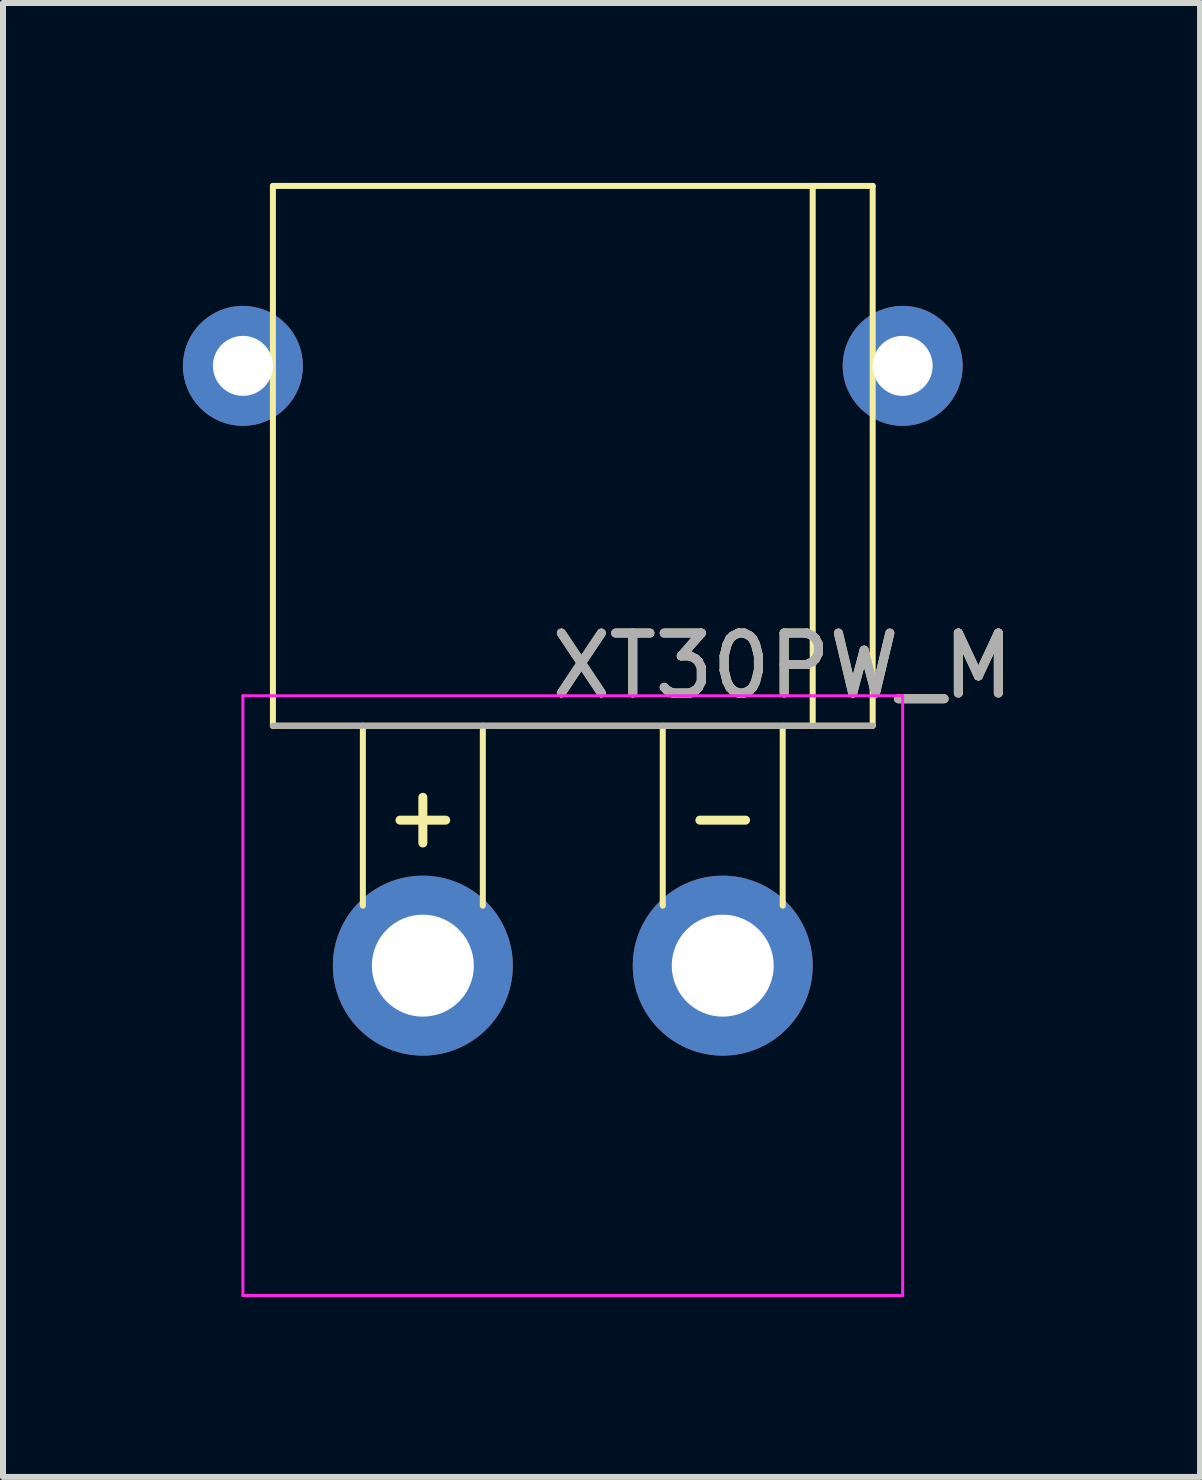
<source format=kicad_pcb>
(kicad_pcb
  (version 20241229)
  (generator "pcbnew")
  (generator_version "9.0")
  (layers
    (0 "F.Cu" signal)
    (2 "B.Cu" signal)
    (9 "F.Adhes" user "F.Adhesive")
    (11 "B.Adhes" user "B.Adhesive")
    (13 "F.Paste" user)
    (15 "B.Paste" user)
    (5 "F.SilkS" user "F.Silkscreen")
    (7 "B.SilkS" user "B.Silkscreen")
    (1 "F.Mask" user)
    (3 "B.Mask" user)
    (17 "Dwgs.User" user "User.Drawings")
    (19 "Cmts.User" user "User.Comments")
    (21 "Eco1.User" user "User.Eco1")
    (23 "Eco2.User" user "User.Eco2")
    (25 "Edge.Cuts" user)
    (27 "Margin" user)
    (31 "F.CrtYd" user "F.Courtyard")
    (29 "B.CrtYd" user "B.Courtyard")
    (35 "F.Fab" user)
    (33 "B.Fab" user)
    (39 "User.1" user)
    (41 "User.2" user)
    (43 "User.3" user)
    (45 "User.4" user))
  (footprint "XT30PW_M"
    (layer "F.Cu")
    (at 6.5 13.05)
    (property "Reference" "XT30PW_M" (at 3.5 -5 0) (layer "F.SilkS") (effects (font (size 1 1) (thickness 0.15))))
    (attr through_hole)
    (fp_line (start -5 -13) (end 5 -13) (stroke (width 0.1) (type solid)) (layer "F.SilkS"))
    (fp_line (start -5 -4) (end -5 -13) (stroke (width 0.1) (type solid)) (layer "F.SilkS"))
    (fp_line (start -5 -4) (end 5 -4) (stroke (width 0.1) (type solid)) (layer "F.SilkS"))
    (fp_line (start -3.5 -4) (end -3.5 -1) (stroke (width 0.1) (type solid)) (layer "F.SilkS"))
    (fp_line (start -1.5 -1) (end -1.5 -4) (stroke (width 0.1) (type solid)) (layer "F.SilkS"))
    (fp_line (start 1.5 -4) (end 1.5 -1) (stroke (width 0.1) (type solid)) (layer "F.SilkS"))
    (fp_line (start 3.5 -1) (end 3.5 -4) (stroke (width 0.1) (type solid)) (layer "F.SilkS"))
    (fp_line (start 4 -13) (end 4 -4) (stroke (width 0.1) (type solid)) (layer "F.SilkS"))
    (fp_line (start 5 -13) (end 5 -4) (stroke (width 0.1) (type solid)) (layer "F.SilkS"))
    (fp_line (start -5.5 -4.5) (end -5.5 5.5) (stroke (width 0.05) (type solid)) (layer "F.CrtYd"))
    (fp_line (start -5.5 5.5) (end 5.5 5.5) (stroke (width 0.05) (type solid)) (layer "F.CrtYd"))
    (fp_line (start 5.5 -4.5) (end -5.5 -4.5) (stroke (width 0.05) (type solid)) (layer "F.CrtYd"))
    (fp_line (start 5.5 5.5) (end 5.5 -4.5) (stroke (width 0.05) (type solid)) (layer "F.CrtYd"))
    (fp_line (start -5 -4) (end 5 -4) (stroke (width 0.1) (type solid)) (layer "F.Fab"))
    (fp_text user "+" (at -2.5 -2.5 0) (layer "F.SilkS") (effects (font (size 1 1) (thickness 0.15))))
    (fp_text user "-" (at 2.5 -2.5 0) (layer "F.SilkS") (effects (font (size 1 1) (thickness 0.15))))
    (fp_text user "${REFERENCE}" (at 3.5 -5 0) (layer "F.Fab") (effects (font (size 1 1) (thickness 0.15))))
    (pad "1" thru_hole circle (at -2.5 0) (size 3 3) (drill 1.7) (layers "*.Cu" "*.Mask"))
    (pad "2" thru_hole circle (at 2.5 0) (size 3 3) (drill 1.7) (layers "*.Cu" "*.Mask"))
    (pad "3" thru_hole circle (at -5.5 -10) (size 2 2) (drill 1) (layers "*.Cu" "*.Mask"))
    (pad "3" thru_hole circle (at 5.5 -10) (size 2 2) (drill 1) (layers "*.Cu" "*.Mask")))
  (gr_rect
    (start -3 -3)
    (end 16.958 21.575)
    (stroke (width 0.1) (type default))
    (fill no)
    (layer "Edge.Cuts")))
</source>
